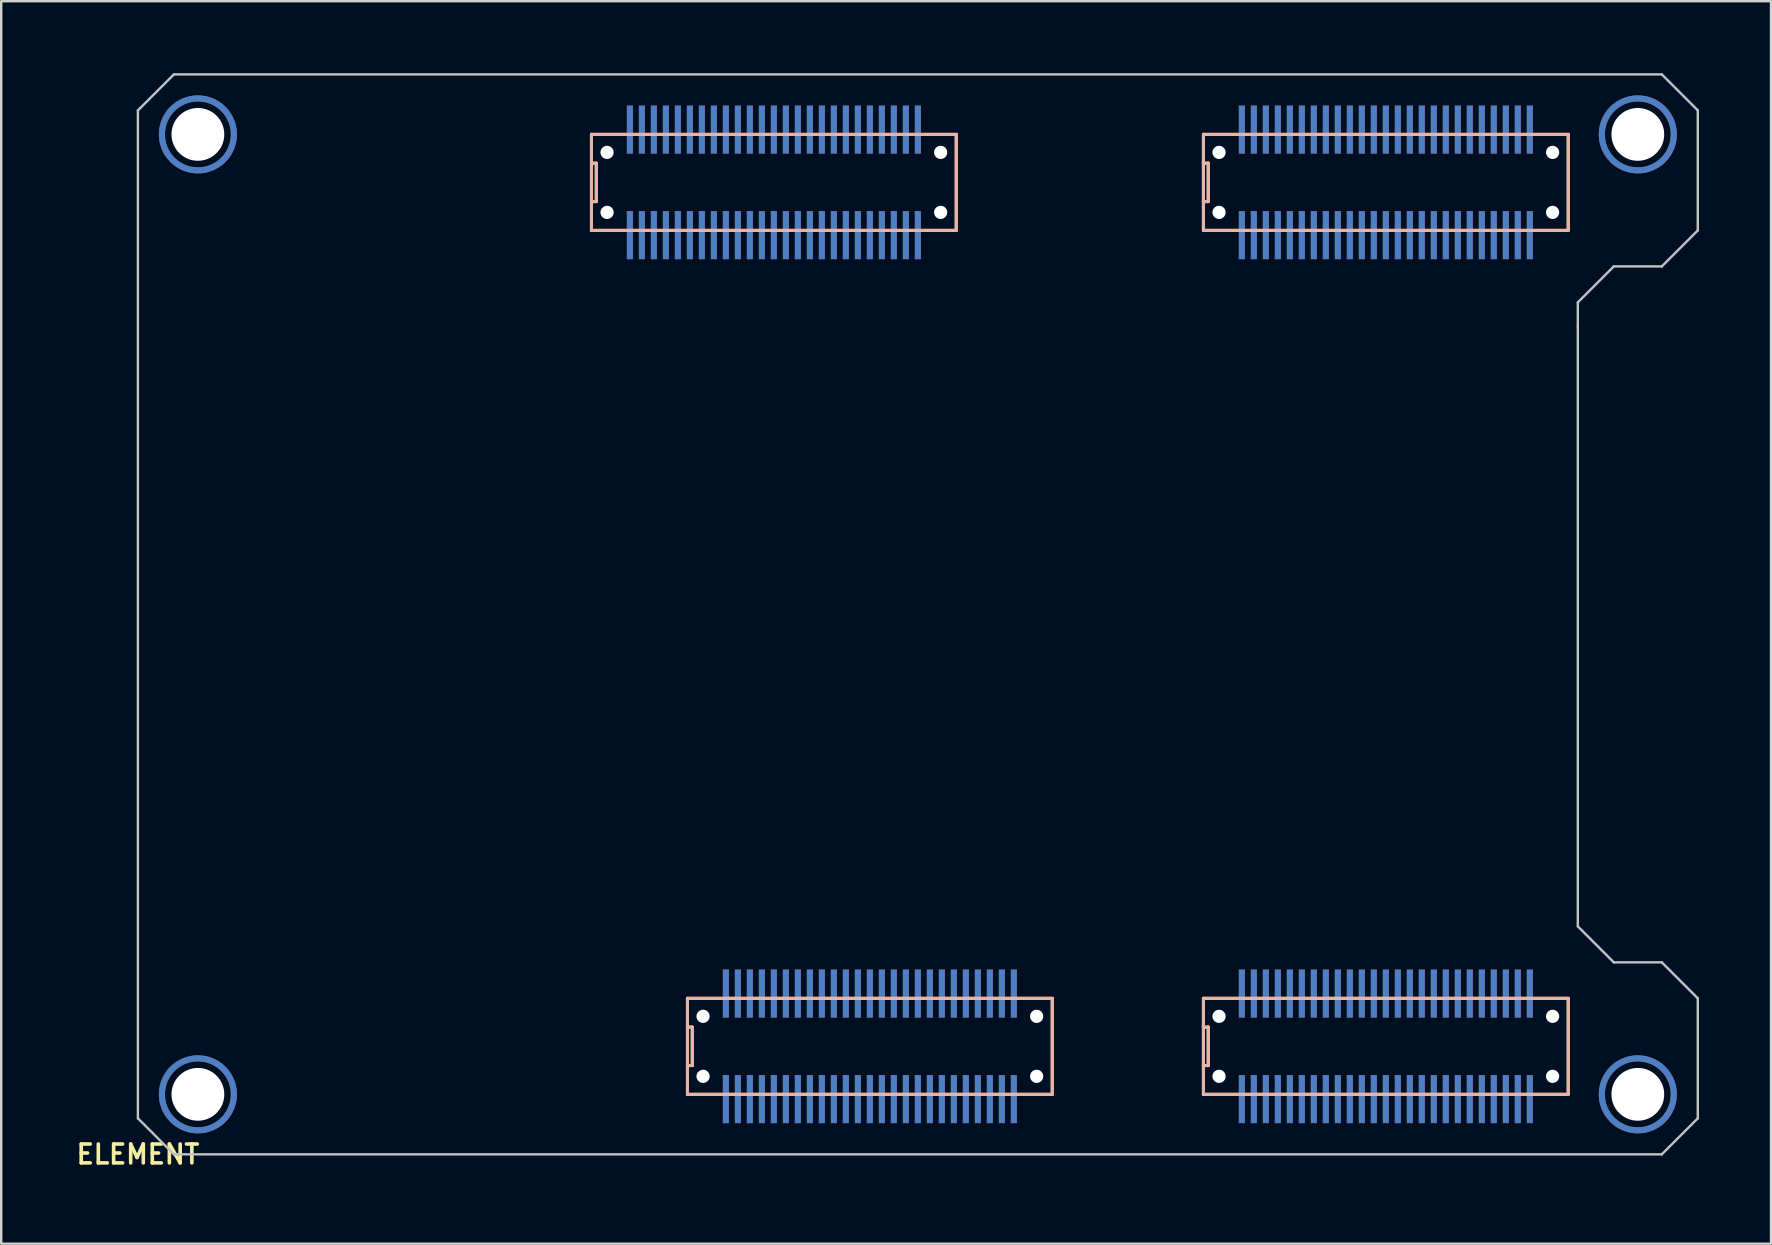
<source format=kicad_pcb>
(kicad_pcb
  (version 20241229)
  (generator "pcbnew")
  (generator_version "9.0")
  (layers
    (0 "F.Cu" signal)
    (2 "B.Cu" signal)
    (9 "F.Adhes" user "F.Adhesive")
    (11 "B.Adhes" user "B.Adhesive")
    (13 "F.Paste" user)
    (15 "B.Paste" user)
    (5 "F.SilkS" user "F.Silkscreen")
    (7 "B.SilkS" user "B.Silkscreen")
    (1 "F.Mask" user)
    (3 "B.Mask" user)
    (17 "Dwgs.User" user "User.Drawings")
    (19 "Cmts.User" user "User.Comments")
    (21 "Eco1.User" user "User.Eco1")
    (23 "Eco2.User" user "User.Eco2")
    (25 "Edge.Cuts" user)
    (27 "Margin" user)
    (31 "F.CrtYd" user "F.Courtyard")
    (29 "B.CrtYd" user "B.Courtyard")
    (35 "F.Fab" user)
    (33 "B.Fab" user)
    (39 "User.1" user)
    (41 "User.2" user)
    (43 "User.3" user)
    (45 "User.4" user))
  (footprint "ELEMENT"
    (layer "F.Cu")
    (at 2.696 45.05)
    (property "Reference" "ELEMENT" (at 0 0 0) (layer "F.SilkS") (effects (font (size 0.787 0.787) (thickness 0.15))))
    (attr smd)
    (fp_circle (center 2.5 -42.5) (end 4 -42.5) (stroke (width 0.254) (type solid)) (fill no) (layer "F.Cu"))
    (fp_circle (center 2.5 -2.5) (end 4 -2.5) (stroke (width 0.254) (type solid)) (fill no) (layer "F.Cu"))
    (fp_circle (center 62.5 -42.5) (end 64 -42.5) (stroke (width 0.254) (type solid)) (fill no) (layer "F.Cu"))
    (fp_circle (center 62.5 -2.5) (end 64 -2.5) (stroke (width 0.254) (type solid)) (fill no) (layer "F.Cu"))
    (fp_circle (center 2.5 -42.5) (end 4 -42.5) (stroke (width 0.254) (type solid)) (fill no) (layer "F.Mask"))
    (fp_circle (center 2.5 -2.5) (end 4 -2.5) (stroke (width 0.254) (type solid)) (fill no) (layer "F.Mask"))
    (fp_circle (center 62.5 -42.5) (end 64 -42.5) (stroke (width 0.254) (type solid)) (fill no) (layer "F.Mask"))
    (fp_circle (center 62.5 -2.5) (end 64 -2.5) (stroke (width 0.254) (type solid)) (fill no) (layer "F.Mask"))
    (fp_circle (center 2.5 -42.5) (end 4 -42.5) (stroke (width 0.254) (type solid)) (fill no) (layer "B.Cu"))
    (fp_circle (center 2.5 -2.5) (end 4 -2.5) (stroke (width 0.254) (type solid)) (fill no) (layer "B.Cu"))
    (fp_circle (center 62.5 -42.5) (end 64 -42.5) (stroke (width 0.254) (type solid)) (fill no) (layer "B.Cu"))
    (fp_circle (center 62.5 -2.5) (end 64 -2.5) (stroke (width 0.254) (type solid)) (fill no) (layer "B.Cu"))
    (fp_circle (center 2.5 -42.5) (end 4 -42.5) (stroke (width 0.254) (type solid)) (fill no) (layer "B.Mask"))
    (fp_circle (center 2.5 -2.5) (end 4 -2.5) (stroke (width 0.254) (type solid)) (fill no) (layer "B.Mask"))
    (fp_circle (center 62.5 -42.5) (end 64 -42.5) (stroke (width 0.254) (type solid)) (fill no) (layer "B.Mask"))
    (fp_circle (center 62.5 -2.5) (end 64 -2.5) (stroke (width 0.254) (type solid)) (fill no) (layer "B.Mask"))
    (fp_line (start 18.9 -42.5) (end 34.1 -42.5) (stroke (width 0.127) (type solid)) (layer "F.SilkS"))
    (fp_line (start 18.9 -41.3) (end 18.9 -42.5) (stroke (width 0.127) (type solid)) (layer "F.SilkS"))
    (fp_line (start 18.9 -39.7) (end 18.9 -41.3) (stroke (width 0.127) (type solid)) (layer "F.SilkS"))
    (fp_line (start 18.9 -39.7) (end 19.1 -39.7) (stroke (width 0.127) (type solid)) (layer "F.SilkS"))
    (fp_line (start 18.9 -38.5) (end 18.9 -39.7) (stroke (width 0.127) (type solid)) (layer "F.SilkS"))
    (fp_line (start 19.1 -41.3) (end 18.9 -41.3) (stroke (width 0.127) (type solid)) (layer "F.SilkS"))
    (fp_line (start 19.1 -39.7) (end 19.1 -41.3) (stroke (width 0.127) (type solid)) (layer "F.SilkS"))
    (fp_line (start 22.9 -6.5) (end 38.1 -6.5) (stroke (width 0.127) (type solid)) (layer "F.SilkS"))
    (fp_line (start 22.9 -5.3) (end 22.9 -6.5) (stroke (width 0.127) (type solid)) (layer "F.SilkS"))
    (fp_line (start 22.9 -3.7) (end 22.9 -5.3) (stroke (width 0.127) (type solid)) (layer "F.SilkS"))
    (fp_line (start 22.9 -3.7) (end 23.1 -3.7) (stroke (width 0.127) (type solid)) (layer "F.SilkS"))
    (fp_line (start 22.9 -2.5) (end 22.9 -3.7) (stroke (width 0.127) (type solid)) (layer "F.SilkS"))
    (fp_line (start 23.1 -5.3) (end 22.9 -5.3) (stroke (width 0.127) (type solid)) (layer "F.SilkS"))
    (fp_line (start 23.1 -3.7) (end 23.1 -5.3) (stroke (width 0.127) (type solid)) (layer "F.SilkS"))
    (fp_line (start 34.1 -42.5) (end 34.1 -38.5) (stroke (width 0.127) (type solid)) (layer "F.SilkS"))
    (fp_line (start 34.1 -38.5) (end 18.9 -38.5) (stroke (width 0.127) (type solid)) (layer "F.SilkS"))
    (fp_line (start 38.1 -6.5) (end 38.1 -2.5) (stroke (width 0.127) (type solid)) (layer "F.SilkS"))
    (fp_line (start 38.1 -2.5) (end 22.9 -2.5) (stroke (width 0.127) (type solid)) (layer "F.SilkS"))
    (fp_line (start 44.4 -42.5) (end 59.6 -42.5) (stroke (width 0.127) (type solid)) (layer "F.SilkS"))
    (fp_line (start 44.4 -41.3) (end 44.4 -42.5) (stroke (width 0.127) (type solid)) (layer "F.SilkS"))
    (fp_line (start 44.4 -39.7) (end 44.4 -41.3) (stroke (width 0.127) (type solid)) (layer "F.SilkS"))
    (fp_line (start 44.4 -39.7) (end 44.6 -39.7) (stroke (width 0.127) (type solid)) (layer "F.SilkS"))
    (fp_line (start 44.4 -38.5) (end 44.4 -39.7) (stroke (width 0.127) (type solid)) (layer "F.SilkS"))
    (fp_line (start 44.4 -6.5) (end 59.6 -6.5) (stroke (width 0.127) (type solid)) (layer "F.SilkS"))
    (fp_line (start 44.4 -5.3) (end 44.4 -6.5) (stroke (width 0.127) (type solid)) (layer "F.SilkS"))
    (fp_line (start 44.4 -3.7) (end 44.4 -5.3) (stroke (width 0.127) (type solid)) (layer "F.SilkS"))
    (fp_line (start 44.4 -3.7) (end 44.6 -3.7) (stroke (width 0.127) (type solid)) (layer "F.SilkS"))
    (fp_line (start 44.4 -2.5) (end 44.4 -3.7) (stroke (width 0.127) (type solid)) (layer "F.SilkS"))
    (fp_line (start 44.6 -41.3) (end 44.4 -41.3) (stroke (width 0.127) (type solid)) (layer "F.SilkS"))
    (fp_line (start 44.6 -39.7) (end 44.6 -41.3) (stroke (width 0.127) (type solid)) (layer "F.SilkS"))
    (fp_line (start 44.6 -5.3) (end 44.4 -5.3) (stroke (width 0.127) (type solid)) (layer "F.SilkS"))
    (fp_line (start 44.6 -3.7) (end 44.6 -5.3) (stroke (width 0.127) (type solid)) (layer "F.SilkS"))
    (fp_line (start 59.6 -42.5) (end 59.6 -38.5) (stroke (width 0.127) (type solid)) (layer "F.SilkS"))
    (fp_line (start 59.6 -38.5) (end 44.4 -38.5) (stroke (width 0.127) (type solid)) (layer "F.SilkS"))
    (fp_line (start 59.6 -6.5) (end 59.6 -2.5) (stroke (width 0.127) (type solid)) (layer "F.SilkS"))
    (fp_line (start 59.6 -2.5) (end 44.4 -2.5) (stroke (width 0.127) (type solid)) (layer "F.SilkS"))
    (fp_line (start 18.9 -42.5) (end 18.9 -41.3) (stroke (width 0.127) (type solid)) (layer "B.SilkS"))
    (fp_line (start 18.9 -41.3) (end 18.9 -39.7) (stroke (width 0.127) (type solid)) (layer "B.SilkS"))
    (fp_line (start 18.9 -41.3) (end 19.1 -41.3) (stroke (width 0.127) (type solid)) (layer "B.SilkS"))
    (fp_line (start 18.9 -39.7) (end 18.9 -38.5) (stroke (width 0.127) (type solid)) (layer "B.SilkS"))
    (fp_line (start 18.9 -38.5) (end 34.1 -38.5) (stroke (width 0.127) (type solid)) (layer "B.SilkS"))
    (fp_line (start 19.1 -41.3) (end 19.1 -39.7) (stroke (width 0.127) (type solid)) (layer "B.SilkS"))
    (fp_line (start 19.1 -39.7) (end 18.9 -39.7) (stroke (width 0.127) (type solid)) (layer "B.SilkS"))
    (fp_line (start 22.9 -6.5) (end 22.9 -5.3) (stroke (width 0.127) (type solid)) (layer "B.SilkS"))
    (fp_line (start 22.9 -5.3) (end 22.9 -3.7) (stroke (width 0.127) (type solid)) (layer "B.SilkS"))
    (fp_line (start 22.9 -5.3) (end 23.1 -5.3) (stroke (width 0.127) (type solid)) (layer "B.SilkS"))
    (fp_line (start 22.9 -3.7) (end 22.9 -2.5) (stroke (width 0.127) (type solid)) (layer "B.SilkS"))
    (fp_line (start 22.9 -2.5) (end 38.1 -2.5) (stroke (width 0.127) (type solid)) (layer "B.SilkS"))
    (fp_line (start 23.1 -5.3) (end 23.1 -3.7) (stroke (width 0.127) (type solid)) (layer "B.SilkS"))
    (fp_line (start 23.1 -3.7) (end 22.9 -3.7) (stroke (width 0.127) (type solid)) (layer "B.SilkS"))
    (fp_line (start 34.1 -42.5) (end 18.9 -42.5) (stroke (width 0.127) (type solid)) (layer "B.SilkS"))
    (fp_line (start 34.1 -38.5) (end 34.1 -42.5) (stroke (width 0.127) (type solid)) (layer "B.SilkS"))
    (fp_line (start 38.1 -6.5) (end 22.9 -6.5) (stroke (width 0.127) (type solid)) (layer "B.SilkS"))
    (fp_line (start 38.1 -2.5) (end 38.1 -6.5) (stroke (width 0.127) (type solid)) (layer "B.SilkS"))
    (fp_line (start 44.4 -42.5) (end 44.4 -41.3) (stroke (width 0.127) (type solid)) (layer "B.SilkS"))
    (fp_line (start 44.4 -41.3) (end 44.4 -39.7) (stroke (width 0.127) (type solid)) (layer "B.SilkS"))
    (fp_line (start 44.4 -41.3) (end 44.6 -41.3) (stroke (width 0.127) (type solid)) (layer "B.SilkS"))
    (fp_line (start 44.4 -39.7) (end 44.4 -38.5) (stroke (width 0.127) (type solid)) (layer "B.SilkS"))
    (fp_line (start 44.4 -38.5) (end 59.6 -38.5) (stroke (width 0.127) (type solid)) (layer "B.SilkS"))
    (fp_line (start 44.4 -6.5) (end 44.4 -5.3) (stroke (width 0.127) (type solid)) (layer "B.SilkS"))
    (fp_line (start 44.4 -5.3) (end 44.4 -3.7) (stroke (width 0.127) (type solid)) (layer "B.SilkS"))
    (fp_line (start 44.4 -5.3) (end 44.6 -5.3) (stroke (width 0.127) (type solid)) (layer "B.SilkS"))
    (fp_line (start 44.4 -3.7) (end 44.4 -2.5) (stroke (width 0.127) (type solid)) (layer "B.SilkS"))
    (fp_line (start 44.4 -2.5) (end 59.6 -2.5) (stroke (width 0.127) (type solid)) (layer "B.SilkS"))
    (fp_line (start 44.6 -41.3) (end 44.6 -39.7) (stroke (width 0.127) (type solid)) (layer "B.SilkS"))
    (fp_line (start 44.6 -39.7) (end 44.4 -39.7) (stroke (width 0.127) (type solid)) (layer "B.SilkS"))
    (fp_line (start 44.6 -5.3) (end 44.6 -3.7) (stroke (width 0.127) (type solid)) (layer "B.SilkS"))
    (fp_line (start 44.6 -3.7) (end 44.4 -3.7) (stroke (width 0.127) (type solid)) (layer "B.SilkS"))
    (fp_line (start 59.6 -42.5) (end 44.4 -42.5) (stroke (width 0.127) (type solid)) (layer "B.SilkS"))
    (fp_line (start 59.6 -38.5) (end 59.6 -42.5) (stroke (width 0.127) (type solid)) (layer "B.SilkS"))
    (fp_line (start 59.6 -6.5) (end 44.4 -6.5) (stroke (width 0.127) (type solid)) (layer "B.SilkS"))
    (fp_line (start 59.6 -2.5) (end 59.6 -6.5) (stroke (width 0.127) (type solid)) (layer "B.SilkS"))
    (fp_line (start 0 -43.5) (end 0 -1.5) (stroke (width 0.1) (type solid)) (layer "Dwgs.User"))
    (fp_line (start 0 -1.5) (end 1.5 0) (stroke (width 0.1) (type solid)) (layer "Dwgs.User"))
    (fp_line (start 1.5 -45) (end 0 -43.5) (stroke (width 0.1) (type solid)) (layer "Dwgs.User"))
    (fp_line (start 1.5 0) (end 63.5 0) (stroke (width 0.1) (type solid)) (layer "Dwgs.User"))
    (fp_line (start 60 -35.5) (end 61.5 -37) (stroke (width 0.1) (type solid)) (layer "Dwgs.User"))
    (fp_line (start 60 -34.5) (end 60 -35.5) (stroke (width 0.1) (type solid)) (layer "Dwgs.User"))
    (fp_line (start 60 -9.5) (end 60 -34.5) (stroke (width 0.1) (type solid)) (layer "Dwgs.User"))
    (fp_line (start 61.5 -37) (end 63.5 -37) (stroke (width 0.1) (type solid)) (layer "Dwgs.User"))
    (fp_line (start 61.5 -8) (end 60 -9.5) (stroke (width 0.1) (type solid)) (layer "Dwgs.User"))
    (fp_line (start 63.5 -45) (end 1.5 -45) (stroke (width 0.1) (type solid)) (layer "Dwgs.User"))
    (fp_line (start 63.5 -37) (end 65 -38.5) (stroke (width 0.1) (type solid)) (layer "Dwgs.User"))
    (fp_line (start 63.5 -8) (end 61.5 -8) (stroke (width 0.1) (type solid)) (layer "Dwgs.User"))
    (fp_line (start 63.5 0) (end 65 -1.5) (stroke (width 0.1) (type solid)) (layer "Dwgs.User"))
    (fp_line (start 65 -43.5) (end 63.5 -45) (stroke (width 0.1) (type solid)) (layer "Dwgs.User"))
    (fp_line (start 65 -38.5) (end 65 -43.5) (stroke (width 0.1) (type solid)) (layer "Dwgs.User"))
    (fp_line (start 65 -6.5) (end 63.5 -8) (stroke (width 0.1) (type solid)) (layer "Dwgs.User"))
    (fp_line (start 65 -1.5) (end 65 -6.5) (stroke (width 0.1) (type solid)) (layer "Dwgs.User"))
    (pad "" np_thru_hole circle (at 2.5 -42.5) (size 2.2 2.2) (drill 2.2) (layers "*.Cu" "*.Mask"))
    (pad "" np_thru_hole circle (at 2.5 -2.5) (size 2.2 2.2) (drill 2.2) (layers "*.Cu" "*.Mask"))
    (pad "" np_thru_hole circle (at 19.55 -41.75) (size 0.55 0.55) (drill 0.55) (layers "*.Cu" "*.Mask"))
    (pad "" np_thru_hole circle (at 19.55 -39.25) (size 0.55 0.55) (drill 0.55) (layers "*.Cu" "*.Mask"))
    (pad "" np_thru_hole circle (at 23.55 -5.75) (size 0.55 0.55) (drill 0.55) (layers "*.Cu" "*.Mask"))
    (pad "" np_thru_hole circle (at 23.55 -3.25) (size 0.55 0.55) (drill 0.55) (layers "*.Cu" "*.Mask"))
    (pad "" np_thru_hole circle (at 33.45 -41.75) (size 0.55 0.55) (drill 0.55) (layers "*.Cu" "*.Mask"))
    (pad "" np_thru_hole circle (at 33.45 -39.25) (size 0.55 0.55) (drill 0.55) (layers "*.Cu" "*.Mask"))
    (pad "" np_thru_hole circle (at 37.45 -5.75) (size 0.55 0.55) (drill 0.55) (layers "*.Cu" "*.Mask"))
    (pad "" np_thru_hole circle (at 37.45 -3.25) (size 0.55 0.55) (drill 0.55) (layers "*.Cu" "*.Mask"))
    (pad "" np_thru_hole circle (at 45.05 -41.75) (size 0.55 0.55) (drill 0.55) (layers "*.Cu" "*.Mask"))
    (pad "" np_thru_hole circle (at 45.05 -39.25) (size 0.55 0.55) (drill 0.55) (layers "*.Cu" "*.Mask"))
    (pad "" np_thru_hole circle (at 45.05 -5.75) (size 0.55 0.55) (drill 0.55) (layers "*.Cu" "*.Mask"))
    (pad "" np_thru_hole circle (at 45.05 -3.25) (size 0.55 0.55) (drill 0.55) (layers "*.Cu" "*.Mask"))
    (pad "" np_thru_hole circle (at 58.95 -41.75) (size 0.55 0.55) (drill 0.55) (layers "*.Cu" "*.Mask"))
    (pad "" np_thru_hole circle (at 58.95 -39.25) (size 0.55 0.55) (drill 0.55) (layers "*.Cu" "*.Mask"))
    (pad "" np_thru_hole circle (at 58.95 -5.75) (size 0.55 0.55) (drill 0.55) (layers "*.Cu" "*.Mask"))
    (pad "" np_thru_hole circle (at 58.95 -3.25) (size 0.55 0.55) (drill 0.55) (layers "*.Cu" "*.Mask"))
    (pad "" np_thru_hole circle (at 62.5 -42.5) (size 2.2 2.2) (drill 2.2) (layers "*.Cu" "*.Mask"))
    (pad "" np_thru_hole circle (at 62.5 -2.5) (size 2.2 2.2) (drill 2.2) (layers "*.Cu" "*.Mask"))
    (pad "A_1" smd rect (at 20.5 -38.3 90) (size 2 0.25) (layers "F.Cu" "F.Mask" "F.Paste"))
    (pad "A_1" smd rect (at 20.5 -38.3 90) (size 2 0.25) (layers "B.Cu" "B.Mask" "B.Paste"))
    (pad "A_2" smd rect (at 21 -38.3 90) (size 2 0.25) (layers "F.Cu" "F.Mask" "F.Paste"))
    (pad "A_2" smd rect (at 21 -38.3 90) (size 2 0.25) (layers "B.Cu" "B.Mask" "B.Paste"))
    (pad "A_3" smd rect (at 21.5 -38.3 90) (size 2 0.25) (layers "F.Cu" "F.Mask" "F.Paste"))
    (pad "A_3" smd rect (at 21.5 -38.3 90) (size 2 0.25) (layers "B.Cu" "B.Mask" "B.Paste"))
    (pad "A_4" smd rect (at 22 -38.3 90) (size 2 0.25) (layers "F.Cu" "F.Mask" "F.Paste"))
    (pad "A_4" smd rect (at 22 -38.3 90) (size 2 0.25) (layers "B.Cu" "B.Mask" "B.Paste"))
    (pad "A_5" smd rect (at 22.5 -38.3 90) (size 2 0.25) (layers "F.Cu" "F.Mask" "F.Paste"))
    (pad "A_5" smd rect (at 22.5 -38.3 90) (size 2 0.25) (layers "B.Cu" "B.Mask" "B.Paste"))
    (pad "A_6" smd rect (at 23 -38.3 90) (size 2 0.25) (layers "F.Cu" "F.Mask" "F.Paste"))
    (pad "A_6" smd rect (at 23 -38.3 90) (size 2 0.25) (layers "B.Cu" "B.Mask" "B.Paste"))
    (pad "A_7" smd rect (at 23.5 -38.3 90) (size 2 0.25) (layers "F.Cu" "F.Mask" "F.Paste"))
    (pad "A_7" smd rect (at 23.5 -38.3 90) (size 2 0.25) (layers "B.Cu" "B.Mask" "B.Paste"))
    (pad "A_8" smd rect (at 24 -38.3 90) (size 2 0.25) (layers "F.Cu" "F.Mask" "F.Paste"))
    (pad "A_8" smd rect (at 24 -38.3 90) (size 2 0.25) (layers "B.Cu" "B.Mask" "B.Paste"))
    (pad "A_9" smd rect (at 24.5 -38.3 90) (size 2 0.25) (layers "F.Cu" "F.Mask" "F.Paste"))
    (pad "A_9" smd rect (at 24.5 -38.3 90) (size 2 0.25) (layers "B.Cu" "B.Mask" "B.Paste"))
    (pad "A_10" smd rect (at 25 -38.3 90) (size 2 0.25) (layers "F.Cu" "F.Mask" "F.Paste"))
    (pad "A_10" smd rect (at 25 -38.3 90) (size 2 0.25) (layers "B.Cu" "B.Mask" "B.Paste"))
    (pad "A_11" smd rect (at 25.5 -38.3 90) (size 2 0.25) (layers "F.Cu" "F.Mask" "F.Paste"))
    (pad "A_11" smd rect (at 25.5 -38.3 90) (size 2 0.25) (layers "B.Cu" "B.Mask" "B.Paste"))
    (pad "A_12" smd rect (at 26 -38.3 90) (size 2 0.25) (layers "F.Cu" "F.Mask" "F.Paste"))
    (pad "A_12" smd rect (at 26 -38.3 90) (size 2 0.25) (layers "B.Cu" "B.Mask" "B.Paste"))
    (pad "A_13" smd rect (at 26.5 -38.3 90) (size 2 0.25) (layers "F.Cu" "F.Mask" "F.Paste"))
    (pad "A_13" smd rect (at 26.5 -38.3 90) (size 2 0.25) (layers "B.Cu" "B.Mask" "B.Paste"))
    (pad "A_14" smd rect (at 27 -38.3 90) (size 2 0.25) (layers "F.Cu" "F.Mask" "F.Paste"))
    (pad "A_14" smd rect (at 27 -38.3 90) (size 2 0.25) (layers "B.Cu" "B.Mask" "B.Paste"))
    (pad "A_15" smd rect (at 27.5 -38.3 90) (size 2 0.25) (layers "F.Cu" "F.Mask" "F.Paste"))
    (pad "A_15" smd rect (at 27.5 -38.3 90) (size 2 0.25) (layers "B.Cu" "B.Mask" "B.Paste"))
    (pad "A_16" smd rect (at 28 -38.3 90) (size 2 0.25) (layers "F.Cu" "F.Mask" "F.Paste"))
    (pad "A_16" smd rect (at 28 -38.3 90) (size 2 0.25) (layers "B.Cu" "B.Mask" "B.Paste"))
    (pad "A_17" smd rect (at 28.5 -38.3 90) (size 2 0.25) (layers "F.Cu" "F.Mask" "F.Paste"))
    (pad "A_17" smd rect (at 28.5 -38.3 90) (size 2 0.25) (layers "B.Cu" "B.Mask" "B.Paste"))
    (pad "A_18" smd rect (at 29 -38.3 90) (size 2 0.25) (layers "F.Cu" "F.Mask" "F.Paste"))
    (pad "A_18" smd rect (at 29 -38.3 90) (size 2 0.25) (layers "B.Cu" "B.Mask" "B.Paste"))
    (pad "A_19" smd rect (at 29.5 -38.3 90) (size 2 0.25) (layers "F.Cu" "F.Mask" "F.Paste"))
    (pad "A_19" smd rect (at 29.5 -38.3 90) (size 2 0.25) (layers "B.Cu" "B.Mask" "B.Paste"))
    (pad "A_20" smd rect (at 30 -38.3 90) (size 2 0.25) (layers "F.Cu" "F.Mask" "F.Paste"))
    (pad "A_20" smd rect (at 30 -38.3 90) (size 2 0.25) (layers "B.Cu" "B.Mask" "B.Paste"))
    (pad "A_21" smd rect (at 30.5 -38.3 90) (size 2 0.25) (layers "F.Cu" "F.Mask" "F.Paste"))
    (pad "A_21" smd rect (at 30.5 -38.3 90) (size 2 0.25) (layers "B.Cu" "B.Mask" "B.Paste"))
    (pad "A_22" smd rect (at 31 -38.3 90) (size 2 0.25) (layers "F.Cu" "F.Mask" "F.Paste"))
    (pad "A_22" smd rect (at 31 -38.3 90) (size 2 0.25) (layers "B.Cu" "B.Mask" "B.Paste"))
    (pad "A_23" smd rect (at 31.5 -38.3 90) (size 2 0.25) (layers "F.Cu" "F.Mask" "F.Paste"))
    (pad "A_23" smd rect (at 31.5 -38.3 90) (size 2 0.25) (layers "B.Cu" "B.Mask" "B.Paste"))
    (pad "A_24" smd rect (at 32 -38.3 90) (size 2 0.25) (layers "F.Cu" "F.Mask" "F.Paste"))
    (pad "A_24" smd rect (at 32 -38.3 90) (size 2 0.25) (layers "B.Cu" "B.Mask" "B.Paste"))
    (pad "A_25" smd rect (at 32.5 -38.3 90) (size 2 0.25) (layers "F.Cu" "F.Mask" "F.Paste"))
    (pad "A_25" smd rect (at 32.5 -38.3 90) (size 2 0.25) (layers "B.Cu" "B.Mask" "B.Paste"))
    (pad "A_26" smd rect (at 32.5 -42.7 90) (size 2 0.25) (layers "F.Cu" "F.Mask" "F.Paste"))
    (pad "A_26" smd rect (at 32.5 -42.7 90) (size 2 0.25) (layers "B.Cu" "B.Mask" "B.Paste"))
    (pad "A_27" smd rect (at 32 -42.7 90) (size 2 0.25) (layers "F.Cu" "F.Mask" "F.Paste"))
    (pad "A_27" smd rect (at 32 -42.7 90) (size 2 0.25) (layers "B.Cu" "B.Mask" "B.Paste"))
    (pad "A_28" smd rect (at 31.5 -42.7 90) (size 2 0.25) (layers "F.Cu" "F.Mask" "F.Paste"))
    (pad "A_28" smd rect (at 31.5 -42.7 90) (size 2 0.25) (layers "B.Cu" "B.Mask" "B.Paste"))
    (pad "A_29" smd rect (at 31 -42.7 90) (size 2 0.25) (layers "F.Cu" "F.Mask" "F.Paste"))
    (pad "A_29" smd rect (at 31 -42.7 90) (size 2 0.25) (layers "B.Cu" "B.Mask" "B.Paste"))
    (pad "A_30" smd rect (at 30.5 -42.7 90) (size 2 0.25) (layers "F.Cu" "F.Mask" "F.Paste"))
    (pad "A_30" smd rect (at 30.5 -42.7 90) (size 2 0.25) (layers "B.Cu" "B.Mask" "B.Paste"))
    (pad "A_31" smd rect (at 30 -42.7 90) (size 2 0.25) (layers "F.Cu" "F.Mask" "F.Paste"))
    (pad "A_31" smd rect (at 30 -42.7 90) (size 2 0.25) (layers "B.Cu" "B.Mask" "B.Paste"))
    (pad "A_32" smd rect (at 29.5 -42.7 90) (size 2 0.25) (layers "F.Cu" "F.Mask" "F.Paste"))
    (pad "A_32" smd rect (at 29.5 -42.7 90) (size 2 0.25) (layers "B.Cu" "B.Mask" "B.Paste"))
    (pad "A_33" smd rect (at 29 -42.7 90) (size 2 0.25) (layers "F.Cu" "F.Mask" "F.Paste"))
    (pad "A_33" smd rect (at 29 -42.7 90) (size 2 0.25) (layers "B.Cu" "B.Mask" "B.Paste"))
    (pad "A_34" smd rect (at 28.5 -42.7 90) (size 2 0.25) (layers "F.Cu" "F.Mask" "F.Paste"))
    (pad "A_34" smd rect (at 28.5 -42.7 90) (size 2 0.25) (layers "B.Cu" "B.Mask" "B.Paste"))
    (pad "A_35" smd rect (at 28 -42.7 90) (size 2 0.25) (layers "F.Cu" "F.Mask" "F.Paste"))
    (pad "A_35" smd rect (at 28 -42.7 90) (size 2 0.25) (layers "B.Cu" "B.Mask" "B.Paste"))
    (pad "A_36" smd rect (at 27.5 -42.7 90) (size 2 0.25) (layers "F.Cu" "F.Mask" "F.Paste"))
    (pad "A_36" smd rect (at 27.5 -42.7 90) (size 2 0.25) (layers "B.Cu" "B.Mask" "B.Paste"))
    (pad "A_37" smd rect (at 27 -42.7 90) (size 2 0.25) (layers "F.Cu" "F.Mask" "F.Paste"))
    (pad "A_37" smd rect (at 27 -42.7 90) (size 2 0.25) (layers "B.Cu" "B.Mask" "B.Paste"))
    (pad "A_38" smd rect (at 26.5 -42.7 90) (size 2 0.25) (layers "F.Cu" "F.Mask" "F.Paste"))
    (pad "A_38" smd rect (at 26.5 -42.7 90) (size 2 0.25) (layers "B.Cu" "B.Mask" "B.Paste"))
    (pad "A_39" smd rect (at 26 -42.7 90) (size 2 0.25) (layers "F.Cu" "F.Mask" "F.Paste"))
    (pad "A_39" smd rect (at 26 -42.7 90) (size 2 0.25) (layers "B.Cu" "B.Mask" "B.Paste"))
    (pad "A_40" smd rect (at 25.5 -42.7 90) (size 2 0.25) (layers "F.Cu" "F.Mask" "F.Paste"))
    (pad "A_40" smd rect (at 25.5 -42.7 90) (size 2 0.25) (layers "B.Cu" "B.Mask" "B.Paste"))
    (pad "A_41" smd rect (at 25 -42.7 90) (size 2 0.25) (layers "F.Cu" "F.Mask" "F.Paste"))
    (pad "A_41" smd rect (at 25 -42.7 90) (size 2 0.25) (layers "B.Cu" "B.Mask" "B.Paste"))
    (pad "A_42" smd rect (at 24.5 -42.7 90) (size 2 0.25) (layers "F.Cu" "F.Mask" "F.Paste"))
    (pad "A_42" smd rect (at 24.5 -42.7 90) (size 2 0.25) (layers "B.Cu" "B.Mask" "B.Paste"))
    (pad "A_43" smd rect (at 24 -42.7 90) (size 2 0.25) (layers "F.Cu" "F.Mask" "F.Paste"))
    (pad "A_43" smd rect (at 24 -42.7 90) (size 2 0.25) (layers "B.Cu" "B.Mask" "B.Paste"))
    (pad "A_44" smd rect (at 23.5 -42.7 90) (size 2 0.25) (layers "F.Cu" "F.Mask" "F.Paste"))
    (pad "A_44" smd rect (at 23.5 -42.7 90) (size 2 0.25) (layers "B.Cu" "B.Mask" "B.Paste"))
    (pad "A_45" smd rect (at 23 -42.7 90) (size 2 0.25) (layers "F.Cu" "F.Mask" "F.Paste"))
    (pad "A_45" smd rect (at 23 -42.7 90) (size 2 0.25) (layers "B.Cu" "B.Mask" "B.Paste"))
    (pad "A_46" smd rect (at 22.5 -42.7 90) (size 2 0.25) (layers "F.Cu" "F.Mask" "F.Paste"))
    (pad "A_46" smd rect (at 22.5 -42.7 90) (size 2 0.25) (layers "B.Cu" "B.Mask" "B.Paste"))
    (pad "A_47" smd rect (at 22 -42.7 90) (size 2 0.25) (layers "F.Cu" "F.Mask" "F.Paste"))
    (pad "A_47" smd rect (at 22 -42.7 90) (size 2 0.25) (layers "B.Cu" "B.Mask" "B.Paste"))
    (pad "A_48" smd rect (at 21.5 -42.7 90) (size 2 0.25) (layers "F.Cu" "F.Mask" "F.Paste"))
    (pad "A_48" smd rect (at 21.5 -42.7 90) (size 2 0.25) (layers "B.Cu" "B.Mask" "B.Paste"))
    (pad "A_49" smd rect (at 21 -42.7 90) (size 2 0.25) (layers "F.Cu" "F.Mask" "F.Paste"))
    (pad "A_49" smd rect (at 21 -42.7 90) (size 2 0.25) (layers "B.Cu" "B.Mask" "B.Paste"))
    (pad "A_50" smd rect (at 20.5 -42.7 90) (size 2 0.25) (layers "F.Cu" "F.Mask" "F.Paste"))
    (pad "A_50" smd rect (at 20.5 -42.7 90) (size 2 0.25) (layers "B.Cu" "B.Mask" "B.Paste"))
    (pad "B_1" smd rect (at 46 -38.3 90) (size 2 0.25) (layers "F.Cu" "F.Mask" "F.Paste"))
    (pad "B_1" smd rect (at 46 -38.3 90) (size 2 0.25) (layers "B.Cu" "B.Mask" "B.Paste"))
    (pad "B_2" smd rect (at 46.5 -38.3 90) (size 2 0.25) (layers "F.Cu" "F.Mask" "F.Paste"))
    (pad "B_2" smd rect (at 46.5 -38.3 90) (size 2 0.25) (layers "B.Cu" "B.Mask" "B.Paste"))
    (pad "B_3" smd rect (at 47 -38.3 90) (size 2 0.25) (layers "F.Cu" "F.Mask" "F.Paste"))
    (pad "B_3" smd rect (at 47 -38.3 90) (size 2 0.25) (layers "B.Cu" "B.Mask" "B.Paste"))
    (pad "B_4" smd rect (at 47.5 -38.3 90) (size 2 0.25) (layers "F.Cu" "F.Mask" "F.Paste"))
    (pad "B_4" smd rect (at 47.5 -38.3 90) (size 2 0.25) (layers "B.Cu" "B.Mask" "B.Paste"))
    (pad "B_5" smd rect (at 48 -38.3 90) (size 2 0.25) (layers "F.Cu" "F.Mask" "F.Paste"))
    (pad "B_5" smd rect (at 48 -38.3 90) (size 2 0.25) (layers "B.Cu" "B.Mask" "B.Paste"))
    (pad "B_6" smd rect (at 48.5 -38.3 90) (size 2 0.25) (layers "F.Cu" "F.Mask" "F.Paste"))
    (pad "B_6" smd rect (at 48.5 -38.3 90) (size 2 0.25) (layers "B.Cu" "B.Mask" "B.Paste"))
    (pad "B_7" smd rect (at 49 -38.3 90) (size 2 0.25) (layers "F.Cu" "F.Mask" "F.Paste"))
    (pad "B_7" smd rect (at 49 -38.3 90) (size 2 0.25) (layers "B.Cu" "B.Mask" "B.Paste"))
    (pad "B_8" smd rect (at 49.5 -38.3 90) (size 2 0.25) (layers "F.Cu" "F.Mask" "F.Paste"))
    (pad "B_8" smd rect (at 49.5 -38.3 90) (size 2 0.25) (layers "B.Cu" "B.Mask" "B.Paste"))
    (pad "B_9" smd rect (at 50 -38.3 90) (size 2 0.25) (layers "F.Cu" "F.Mask" "F.Paste"))
    (pad "B_9" smd rect (at 50 -38.3 90) (size 2 0.25) (layers "B.Cu" "B.Mask" "B.Paste"))
    (pad "B_10" smd rect (at 50.5 -38.3 90) (size 2 0.25) (layers "F.Cu" "F.Mask" "F.Paste"))
    (pad "B_10" smd rect (at 50.5 -38.3 90) (size 2 0.25) (layers "B.Cu" "B.Mask" "B.Paste"))
    (pad "B_11" smd rect (at 51 -38.3 90) (size 2 0.25) (layers "F.Cu" "F.Mask" "F.Paste"))
    (pad "B_11" smd rect (at 51 -38.3 90) (size 2 0.25) (layers "B.Cu" "B.Mask" "B.Paste"))
    (pad "B_12" smd rect (at 51.5 -38.3 90) (size 2 0.25) (layers "F.Cu" "F.Mask" "F.Paste"))
    (pad "B_12" smd rect (at 51.5 -38.3 90) (size 2 0.25) (layers "B.Cu" "B.Mask" "B.Paste"))
    (pad "B_13" smd rect (at 52 -38.3 90) (size 2 0.25) (layers "F.Cu" "F.Mask" "F.Paste"))
    (pad "B_13" smd rect (at 52 -38.3 90) (size 2 0.25) (layers "B.Cu" "B.Mask" "B.Paste"))
    (pad "B_14" smd rect (at 52.5 -38.3 90) (size 2 0.25) (layers "F.Cu" "F.Mask" "F.Paste"))
    (pad "B_14" smd rect (at 52.5 -38.3 90) (size 2 0.25) (layers "B.Cu" "B.Mask" "B.Paste"))
    (pad "B_15" smd rect (at 53 -38.3 90) (size 2 0.25) (layers "F.Cu" "F.Mask" "F.Paste"))
    (pad "B_15" smd rect (at 53 -38.3 90) (size 2 0.25) (layers "B.Cu" "B.Mask" "B.Paste"))
    (pad "B_16" smd rect (at 53.5 -38.3 90) (size 2 0.25) (layers "F.Cu" "F.Mask" "F.Paste"))
    (pad "B_16" smd rect (at 53.5 -38.3 90) (size 2 0.25) (layers "B.Cu" "B.Mask" "B.Paste"))
    (pad "B_17" smd rect (at 54 -38.3 90) (size 2 0.25) (layers "F.Cu" "F.Mask" "F.Paste"))
    (pad "B_17" smd rect (at 54 -38.3 90) (size 2 0.25) (layers "B.Cu" "B.Mask" "B.Paste"))
    (pad "B_18" smd rect (at 54.5 -38.3 90) (size 2 0.25) (layers "F.Cu" "F.Mask" "F.Paste"))
    (pad "B_18" smd rect (at 54.5 -38.3 90) (size 2 0.25) (layers "B.Cu" "B.Mask" "B.Paste"))
    (pad "B_19" smd rect (at 55 -38.3 90) (size 2 0.25) (layers "F.Cu" "F.Mask" "F.Paste"))
    (pad "B_19" smd rect (at 55 -38.3 90) (size 2 0.25) (layers "B.Cu" "B.Mask" "B.Paste"))
    (pad "B_20" smd rect (at 55.5 -38.3 90) (size 2 0.25) (layers "F.Cu" "F.Mask" "F.Paste"))
    (pad "B_20" smd rect (at 55.5 -38.3 90) (size 2 0.25) (layers "B.Cu" "B.Mask" "B.Paste"))
    (pad "B_21" smd rect (at 56 -38.3 90) (size 2 0.25) (layers "F.Cu" "F.Mask" "F.Paste"))
    (pad "B_21" smd rect (at 56 -38.3 90) (size 2 0.25) (layers "B.Cu" "B.Mask" "B.Paste"))
    (pad "B_22" smd rect (at 56.5 -38.3 90) (size 2 0.25) (layers "F.Cu" "F.Mask" "F.Paste"))
    (pad "B_22" smd rect (at 56.5 -38.3 90) (size 2 0.25) (layers "B.Cu" "B.Mask" "B.Paste"))
    (pad "B_23" smd rect (at 57 -38.3 90) (size 2 0.25) (layers "F.Cu" "F.Mask" "F.Paste"))
    (pad "B_23" smd rect (at 57 -38.3 90) (size 2 0.25) (layers "B.Cu" "B.Mask" "B.Paste"))
    (pad "B_24" smd rect (at 57.5 -38.3 90) (size 2 0.25) (layers "F.Cu" "F.Mask" "F.Paste"))
    (pad "B_24" smd rect (at 57.5 -38.3 90) (size 2 0.25) (layers "B.Cu" "B.Mask" "B.Paste"))
    (pad "B_25" smd rect (at 58 -38.3 90) (size 2 0.25) (layers "F.Cu" "F.Mask" "F.Paste"))
    (pad "B_25" smd rect (at 58 -38.3 90) (size 2 0.25) (layers "B.Cu" "B.Mask" "B.Paste"))
    (pad "B_26" smd rect (at 58 -42.7 90) (size 2 0.25) (layers "F.Cu" "F.Mask" "F.Paste"))
    (pad "B_26" smd rect (at 58 -42.7 90) (size 2 0.25) (layers "B.Cu" "B.Mask" "B.Paste"))
    (pad "B_27" smd rect (at 57.5 -42.7 90) (size 2 0.25) (layers "F.Cu" "F.Mask" "F.Paste"))
    (pad "B_27" smd rect (at 57.5 -42.7 90) (size 2 0.25) (layers "B.Cu" "B.Mask" "B.Paste"))
    (pad "B_28" smd rect (at 57 -42.7 90) (size 2 0.25) (layers "F.Cu" "F.Mask" "F.Paste"))
    (pad "B_28" smd rect (at 57 -42.7 90) (size 2 0.25) (layers "B.Cu" "B.Mask" "B.Paste"))
    (pad "B_29" smd rect (at 56.5 -42.7 90) (size 2 0.25) (layers "F.Cu" "F.Mask" "F.Paste"))
    (pad "B_29" smd rect (at 56.5 -42.7 90) (size 2 0.25) (layers "B.Cu" "B.Mask" "B.Paste"))
    (pad "B_30" smd rect (at 56 -42.7 90) (size 2 0.25) (layers "F.Cu" "F.Mask" "F.Paste"))
    (pad "B_30" smd rect (at 56 -42.7 90) (size 2 0.25) (layers "B.Cu" "B.Mask" "B.Paste"))
    (pad "B_31" smd rect (at 55.5 -42.7 90) (size 2 0.25) (layers "F.Cu" "F.Mask" "F.Paste"))
    (pad "B_31" smd rect (at 55.5 -42.7 90) (size 2 0.25) (layers "B.Cu" "B.Mask" "B.Paste"))
    (pad "B_32" smd rect (at 55 -42.7 90) (size 2 0.25) (layers "F.Cu" "F.Mask" "F.Paste"))
    (pad "B_32" smd rect (at 55 -42.7 90) (size 2 0.25) (layers "B.Cu" "B.Mask" "B.Paste"))
    (pad "B_33" smd rect (at 54.5 -42.7 90) (size 2 0.25) (layers "F.Cu" "F.Mask" "F.Paste"))
    (pad "B_33" smd rect (at 54.5 -42.7 90) (size 2 0.25) (layers "B.Cu" "B.Mask" "B.Paste"))
    (pad "B_34" smd rect (at 54 -42.7 90) (size 2 0.25) (layers "F.Cu" "F.Mask" "F.Paste"))
    (pad "B_34" smd rect (at 54 -42.7 90) (size 2 0.25) (layers "B.Cu" "B.Mask" "B.Paste"))
    (pad "B_35" smd rect (at 53.5 -42.7 90) (size 2 0.25) (layers "F.Cu" "F.Mask" "F.Paste"))
    (pad "B_35" smd rect (at 53.5 -42.7 90) (size 2 0.25) (layers "B.Cu" "B.Mask" "B.Paste"))
    (pad "B_36" smd rect (at 53 -42.7 90) (size 2 0.25) (layers "F.Cu" "F.Mask" "F.Paste"))
    (pad "B_36" smd rect (at 53 -42.7 90) (size 2 0.25) (layers "B.Cu" "B.Mask" "B.Paste"))
    (pad "B_37" smd rect (at 52.5 -42.7 90) (size 2 0.25) (layers "F.Cu" "F.Mask" "F.Paste"))
    (pad "B_37" smd rect (at 52.5 -42.7 90) (size 2 0.25) (layers "B.Cu" "B.Mask" "B.Paste"))
    (pad "B_38" smd rect (at 52 -42.7 90) (size 2 0.25) (layers "F.Cu" "F.Mask" "F.Paste"))
    (pad "B_38" smd rect (at 52 -42.7 90) (size 2 0.25) (layers "B.Cu" "B.Mask" "B.Paste"))
    (pad "B_39" smd rect (at 51.5 -42.7 90) (size 2 0.25) (layers "F.Cu" "F.Mask" "F.Paste"))
    (pad "B_39" smd rect (at 51.5 -42.7 90) (size 2 0.25) (layers "B.Cu" "B.Mask" "B.Paste"))
    (pad "B_40" smd rect (at 51 -42.7 90) (size 2 0.25) (layers "F.Cu" "F.Mask" "F.Paste"))
    (pad "B_40" smd rect (at 51 -42.7 90) (size 2 0.25) (layers "B.Cu" "B.Mask" "B.Paste"))
    (pad "B_41" smd rect (at 50.5 -42.7 90) (size 2 0.25) (layers "F.Cu" "F.Mask" "F.Paste"))
    (pad "B_41" smd rect (at 50.5 -42.7 90) (size 2 0.25) (layers "B.Cu" "B.Mask" "B.Paste"))
    (pad "B_42" smd rect (at 50 -42.7 90) (size 2 0.25) (layers "F.Cu" "F.Mask" "F.Paste"))
    (pad "B_42" smd rect (at 50 -42.7 90) (size 2 0.25) (layers "B.Cu" "B.Mask" "B.Paste"))
    (pad "B_43" smd rect (at 49.5 -42.7 90) (size 2 0.25) (layers "F.Cu" "F.Mask" "F.Paste"))
    (pad "B_43" smd rect (at 49.5 -42.7 90) (size 2 0.25) (layers "B.Cu" "B.Mask" "B.Paste"))
    (pad "B_44" smd rect (at 49 -42.7 90) (size 2 0.25) (layers "F.Cu" "F.Mask" "F.Paste"))
    (pad "B_44" smd rect (at 49 -42.7 90) (size 2 0.25) (layers "B.Cu" "B.Mask" "B.Paste"))
    (pad "B_45" smd rect (at 48.5 -42.7 90) (size 2 0.25) (layers "F.Cu" "F.Mask" "F.Paste"))
    (pad "B_45" smd rect (at 48.5 -42.7 90) (size 2 0.25) (layers "B.Cu" "B.Mask" "B.Paste"))
    (pad "B_46" smd rect (at 48 -42.7 90) (size 2 0.25) (layers "F.Cu" "F.Mask" "F.Paste"))
    (pad "B_46" smd rect (at 48 -42.7 90) (size 2 0.25) (layers "B.Cu" "B.Mask" "B.Paste"))
    (pad "B_47" smd rect (at 47.5 -42.7 90) (size 2 0.25) (layers "F.Cu" "F.Mask" "F.Paste"))
    (pad "B_47" smd rect (at 47.5 -42.7 90) (size 2 0.25) (layers "B.Cu" "B.Mask" "B.Paste"))
    (pad "B_48" smd rect (at 47 -42.7 90) (size 2 0.25) (layers "F.Cu" "F.Mask" "F.Paste"))
    (pad "B_48" smd rect (at 47 -42.7 90) (size 2 0.25) (layers "B.Cu" "B.Mask" "B.Paste"))
    (pad "B_49" smd rect (at 46.5 -42.7 90) (size 2 0.25) (layers "F.Cu" "F.Mask" "F.Paste"))
    (pad "B_49" smd rect (at 46.5 -42.7 90) (size 2 0.25) (layers "B.Cu" "B.Mask" "B.Paste"))
    (pad "B_50" smd rect (at 46 -42.7 90) (size 2 0.25) (layers "F.Cu" "F.Mask" "F.Paste"))
    (pad "B_50" smd rect (at 46 -42.7 90) (size 2 0.25) (layers "B.Cu" "B.Mask" "B.Paste"))
    (pad "C_1" smd rect (at 24.5 -2.3 90) (size 2 0.25) (layers "F.Cu" "F.Mask" "F.Paste"))
    (pad "C_1" smd rect (at 24.5 -2.3 90) (size 2 0.25) (layers "B.Cu" "B.Mask" "B.Paste"))
    (pad "C_2" smd rect (at 25 -2.3 90) (size 2 0.25) (layers "F.Cu" "F.Mask" "F.Paste"))
    (pad "C_2" smd rect (at 25 -2.3 90) (size 2 0.25) (layers "B.Cu" "B.Mask" "B.Paste"))
    (pad "C_3" smd rect (at 25.5 -2.3 90) (size 2 0.25) (layers "F.Cu" "F.Mask" "F.Paste"))
    (pad "C_3" smd rect (at 25.5 -2.3 90) (size 2 0.25) (layers "B.Cu" "B.Mask" "B.Paste"))
    (pad "C_4" smd rect (at 26 -2.3 90) (size 2 0.25) (layers "F.Cu" "F.Mask" "F.Paste"))
    (pad "C_4" smd rect (at 26 -2.3 90) (size 2 0.25) (layers "B.Cu" "B.Mask" "B.Paste"))
    (pad "C_5" smd rect (at 26.5 -2.3 90) (size 2 0.25) (layers "F.Cu" "F.Mask" "F.Paste"))
    (pad "C_5" smd rect (at 26.5 -2.3 90) (size 2 0.25) (layers "B.Cu" "B.Mask" "B.Paste"))
    (pad "C_6" smd rect (at 27 -2.3 90) (size 2 0.25) (layers "F.Cu" "F.Mask" "F.Paste"))
    (pad "C_6" smd rect (at 27 -2.3 90) (size 2 0.25) (layers "B.Cu" "B.Mask" "B.Paste"))
    (pad "C_7" smd rect (at 27.5 -2.3 90) (size 2 0.25) (layers "F.Cu" "F.Mask" "F.Paste"))
    (pad "C_7" smd rect (at 27.5 -2.3 90) (size 2 0.25) (layers "B.Cu" "B.Mask" "B.Paste"))
    (pad "C_8" smd rect (at 28 -2.3 90) (size 2 0.25) (layers "F.Cu" "F.Mask" "F.Paste"))
    (pad "C_8" smd rect (at 28 -2.3 90) (size 2 0.25) (layers "B.Cu" "B.Mask" "B.Paste"))
    (pad "C_9" smd rect (at 28.5 -2.3 90) (size 2 0.25) (layers "F.Cu" "F.Mask" "F.Paste"))
    (pad "C_9" smd rect (at 28.5 -2.3 90) (size 2 0.25) (layers "B.Cu" "B.Mask" "B.Paste"))
    (pad "C_10" smd rect (at 29 -2.3 90) (size 2 0.25) (layers "F.Cu" "F.Mask" "F.Paste"))
    (pad "C_10" smd rect (at 29 -2.3 90) (size 2 0.25) (layers "B.Cu" "B.Mask" "B.Paste"))
    (pad "C_11" smd rect (at 29.5 -2.3 90) (size 2 0.25) (layers "F.Cu" "F.Mask" "F.Paste"))
    (pad "C_11" smd rect (at 29.5 -2.3 90) (size 2 0.25) (layers "B.Cu" "B.Mask" "B.Paste"))
    (pad "C_12" smd rect (at 30 -2.3 90) (size 2 0.25) (layers "F.Cu" "F.Mask" "F.Paste"))
    (pad "C_12" smd rect (at 30 -2.3 90) (size 2 0.25) (layers "B.Cu" "B.Mask" "B.Paste"))
    (pad "C_13" smd rect (at 30.5 -2.3 90) (size 2 0.25) (layers "F.Cu" "F.Mask" "F.Paste"))
    (pad "C_13" smd rect (at 30.5 -2.3 90) (size 2 0.25) (layers "B.Cu" "B.Mask" "B.Paste"))
    (pad "C_14" smd rect (at 31 -2.3 90) (size 2 0.25) (layers "F.Cu" "F.Mask" "F.Paste"))
    (pad "C_14" smd rect (at 31 -2.3 90) (size 2 0.25) (layers "B.Cu" "B.Mask" "B.Paste"))
    (pad "C_15" smd rect (at 31.5 -2.3 90) (size 2 0.25) (layers "F.Cu" "F.Mask" "F.Paste"))
    (pad "C_15" smd rect (at 31.5 -2.3 90) (size 2 0.25) (layers "B.Cu" "B.Mask" "B.Paste"))
    (pad "C_16" smd rect (at 32 -2.3 90) (size 2 0.25) (layers "F.Cu" "F.Mask" "F.Paste"))
    (pad "C_16" smd rect (at 32 -2.3 90) (size 2 0.25) (layers "B.Cu" "B.Mask" "B.Paste"))
    (pad "C_17" smd rect (at 32.5 -2.3 90) (size 2 0.25) (layers "F.Cu" "F.Mask" "F.Paste"))
    (pad "C_17" smd rect (at 32.5 -2.3 90) (size 2 0.25) (layers "B.Cu" "B.Mask" "B.Paste"))
    (pad "C_18" smd rect (at 33 -2.3 90) (size 2 0.25) (layers "F.Cu" "F.Mask" "F.Paste"))
    (pad "C_18" smd rect (at 33 -2.3 90) (size 2 0.25) (layers "B.Cu" "B.Mask" "B.Paste"))
    (pad "C_19" smd rect (at 33.5 -2.3 90) (size 2 0.25) (layers "F.Cu" "F.Mask" "F.Paste"))
    (pad "C_19" smd rect (at 33.5 -2.3 90) (size 2 0.25) (layers "B.Cu" "B.Mask" "B.Paste"))
    (pad "C_20" smd rect (at 34 -2.3 90) (size 2 0.25) (layers "F.Cu" "F.Mask" "F.Paste"))
    (pad "C_20" smd rect (at 34 -2.3 90) (size 2 0.25) (layers "B.Cu" "B.Mask" "B.Paste"))
    (pad "C_21" smd rect (at 34.5 -2.3 90) (size 2 0.25) (layers "F.Cu" "F.Mask" "F.Paste"))
    (pad "C_21" smd rect (at 34.5 -2.3 90) (size 2 0.25) (layers "B.Cu" "B.Mask" "B.Paste"))
    (pad "C_22" smd rect (at 35 -2.3 90) (size 2 0.25) (layers "F.Cu" "F.Mask" "F.Paste"))
    (pad "C_22" smd rect (at 35 -2.3 90) (size 2 0.25) (layers "B.Cu" "B.Mask" "B.Paste"))
    (pad "C_23" smd rect (at 35.5 -2.3 90) (size 2 0.25) (layers "F.Cu" "F.Mask" "F.Paste"))
    (pad "C_23" smd rect (at 35.5 -2.3 90) (size 2 0.25) (layers "B.Cu" "B.Mask" "B.Paste"))
    (pad "C_24" smd rect (at 36 -2.3 90) (size 2 0.25) (layers "F.Cu" "F.Mask" "F.Paste"))
    (pad "C_24" smd rect (at 36 -2.3 90) (size 2 0.25) (layers "B.Cu" "B.Mask" "B.Paste"))
    (pad "C_25" smd rect (at 36.5 -2.3 90) (size 2 0.25) (layers "F.Cu" "F.Mask" "F.Paste"))
    (pad "C_25" smd rect (at 36.5 -2.3 90) (size 2 0.25) (layers "B.Cu" "B.Mask" "B.Paste"))
    (pad "C_26" smd rect (at 36.5 -6.7 90) (size 2 0.25) (layers "F.Cu" "F.Mask" "F.Paste"))
    (pad "C_26" smd rect (at 36.5 -6.7 90) (size 2 0.25) (layers "B.Cu" "B.Mask" "B.Paste"))
    (pad "C_27" smd rect (at 36 -6.7 90) (size 2 0.25) (layers "F.Cu" "F.Mask" "F.Paste"))
    (pad "C_27" smd rect (at 36 -6.7 90) (size 2 0.25) (layers "B.Cu" "B.Mask" "B.Paste"))
    (pad "C_28" smd rect (at 35.5 -6.7 90) (size 2 0.25) (layers "F.Cu" "F.Mask" "F.Paste"))
    (pad "C_28" smd rect (at 35.5 -6.7 90) (size 2 0.25) (layers "B.Cu" "B.Mask" "B.Paste"))
    (pad "C_29" smd rect (at 35 -6.7 90) (size 2 0.25) (layers "F.Cu" "F.Mask" "F.Paste"))
    (pad "C_29" smd rect (at 35 -6.7 90) (size 2 0.25) (layers "B.Cu" "B.Mask" "B.Paste"))
    (pad "C_30" smd rect (at 34.5 -6.7 90) (size 2 0.25) (layers "F.Cu" "F.Mask" "F.Paste"))
    (pad "C_30" smd rect (at 34.5 -6.7 90) (size 2 0.25) (layers "B.Cu" "B.Mask" "B.Paste"))
    (pad "C_31" smd rect (at 34 -6.7 90) (size 2 0.25) (layers "F.Cu" "F.Mask" "F.Paste"))
    (pad "C_31" smd rect (at 34 -6.7 90) (size 2 0.25) (layers "B.Cu" "B.Mask" "B.Paste"))
    (pad "C_32" smd rect (at 33.5 -6.7 90) (size 2 0.25) (layers "F.Cu" "F.Mask" "F.Paste"))
    (pad "C_32" smd rect (at 33.5 -6.7 90) (size 2 0.25) (layers "B.Cu" "B.Mask" "B.Paste"))
    (pad "C_33" smd rect (at 33 -6.7 90) (size 2 0.25) (layers "F.Cu" "F.Mask" "F.Paste"))
    (pad "C_33" smd rect (at 33 -6.7 90) (size 2 0.25) (layers "B.Cu" "B.Mask" "B.Paste"))
    (pad "C_34" smd rect (at 32.5 -6.7 90) (size 2 0.25) (layers "F.Cu" "F.Mask" "F.Paste"))
    (pad "C_34" smd rect (at 32.5 -6.7 90) (size 2 0.25) (layers "B.Cu" "B.Mask" "B.Paste"))
    (pad "C_35" smd rect (at 32 -6.7 90) (size 2 0.25) (layers "F.Cu" "F.Mask" "F.Paste"))
    (pad "C_35" smd rect (at 32 -6.7 90) (size 2 0.25) (layers "B.Cu" "B.Mask" "B.Paste"))
    (pad "C_36" smd rect (at 31.5 -6.7 90) (size 2 0.25) (layers "F.Cu" "F.Mask" "F.Paste"))
    (pad "C_36" smd rect (at 31.5 -6.7 90) (size 2 0.25) (layers "B.Cu" "B.Mask" "B.Paste"))
    (pad "C_37" smd rect (at 31 -6.7 90) (size 2 0.25) (layers "F.Cu" "F.Mask" "F.Paste"))
    (pad "C_37" smd rect (at 31 -6.7 90) (size 2 0.25) (layers "B.Cu" "B.Mask" "B.Paste"))
    (pad "C_38" smd rect (at 30.5 -6.7 90) (size 2 0.25) (layers "F.Cu" "F.Mask" "F.Paste"))
    (pad "C_38" smd rect (at 30.5 -6.7 90) (size 2 0.25) (layers "B.Cu" "B.Mask" "B.Paste"))
    (pad "C_39" smd rect (at 30 -6.7 90) (size 2 0.25) (layers "F.Cu" "F.Mask" "F.Paste"))
    (pad "C_39" smd rect (at 30 -6.7 90) (size 2 0.25) (layers "B.Cu" "B.Mask" "B.Paste"))
    (pad "C_40" smd rect (at 29.5 -6.7 90) (size 2 0.25) (layers "F.Cu" "F.Mask" "F.Paste"))
    (pad "C_40" smd rect (at 29.5 -6.7 90) (size 2 0.25) (layers "B.Cu" "B.Mask" "B.Paste"))
    (pad "C_41" smd rect (at 29 -6.7 90) (size 2 0.25) (layers "F.Cu" "F.Mask" "F.Paste"))
    (pad "C_41" smd rect (at 29 -6.7 90) (size 2 0.25) (layers "B.Cu" "B.Mask" "B.Paste"))
    (pad "C_42" smd rect (at 28.5 -6.7 90) (size 2 0.25) (layers "F.Cu" "F.Mask" "F.Paste"))
    (pad "C_42" smd rect (at 28.5 -6.7 90) (size 2 0.25) (layers "B.Cu" "B.Mask" "B.Paste"))
    (pad "C_43" smd rect (at 28 -6.7 90) (size 2 0.25) (layers "F.Cu" "F.Mask" "F.Paste"))
    (pad "C_43" smd rect (at 28 -6.7 90) (size 2 0.25) (layers "B.Cu" "B.Mask" "B.Paste"))
    (pad "C_44" smd rect (at 27.5 -6.7 90) (size 2 0.25) (layers "F.Cu" "F.Mask" "F.Paste"))
    (pad "C_44" smd rect (at 27.5 -6.7 90) (size 2 0.25) (layers "B.Cu" "B.Mask" "B.Paste"))
    (pad "C_45" smd rect (at 27 -6.7 90) (size 2 0.25) (layers "F.Cu" "F.Mask" "F.Paste"))
    (pad "C_45" smd rect (at 27 -6.7 90) (size 2 0.25) (layers "B.Cu" "B.Mask" "B.Paste"))
    (pad "C_46" smd rect (at 26.5 -6.7 90) (size 2 0.25) (layers "F.Cu" "F.Mask" "F.Paste"))
    (pad "C_46" smd rect (at 26.5 -6.7 90) (size 2 0.25) (layers "B.Cu" "B.Mask" "B.Paste"))
    (pad "C_47" smd rect (at 26 -6.7 90) (size 2 0.25) (layers "F.Cu" "F.Mask" "F.Paste"))
    (pad "C_47" smd rect (at 26 -6.7 90) (size 2 0.25) (layers "B.Cu" "B.Mask" "B.Paste"))
    (pad "C_48" smd rect (at 25.5 -6.7 90) (size 2 0.25) (layers "F.Cu" "F.Mask" "F.Paste"))
    (pad "C_48" smd rect (at 25.5 -6.7 90) (size 2 0.25) (layers "B.Cu" "B.Mask" "B.Paste"))
    (pad "C_49" smd rect (at 25 -6.7 90) (size 2 0.25) (layers "F.Cu" "F.Mask" "F.Paste"))
    (pad "C_49" smd rect (at 25 -6.7 90) (size 2 0.25) (layers "B.Cu" "B.Mask" "B.Paste"))
    (pad "C_50" smd rect (at 24.5 -6.7 90) (size 2 0.25) (layers "F.Cu" "F.Mask" "F.Paste"))
    (pad "C_50" smd rect (at 24.5 -6.7 90) (size 2 0.25) (layers "B.Cu" "B.Mask" "B.Paste"))
    (pad "D_1" smd rect (at 46 -2.3 90) (size 2 0.25) (layers "F.Cu" "F.Mask" "F.Paste"))
    (pad "D_1" smd rect (at 46 -2.3 90) (size 2 0.25) (layers "B.Cu" "B.Mask" "B.Paste"))
    (pad "D_2" smd rect (at 46.5 -2.3 90) (size 2 0.25) (layers "F.Cu" "F.Mask" "F.Paste"))
    (pad "D_2" smd rect (at 46.5 -2.3 90) (size 2 0.25) (layers "B.Cu" "B.Mask" "B.Paste"))
    (pad "D_3" smd rect (at 47 -2.3 90) (size 2 0.25) (layers "F.Cu" "F.Mask" "F.Paste"))
    (pad "D_3" smd rect (at 47 -2.3 90) (size 2 0.25) (layers "B.Cu" "B.Mask" "B.Paste"))
    (pad "D_4" smd rect (at 47.5 -2.3 90) (size 2 0.25) (layers "F.Cu" "F.Mask" "F.Paste"))
    (pad "D_4" smd rect (at 47.5 -2.3 90) (size 2 0.25) (layers "B.Cu" "B.Mask" "B.Paste"))
    (pad "D_5" smd rect (at 48 -2.3 90) (size 2 0.25) (layers "F.Cu" "F.Mask" "F.Paste"))
    (pad "D_5" smd rect (at 48 -2.3 90) (size 2 0.25) (layers "B.Cu" "B.Mask" "B.Paste"))
    (pad "D_6" smd rect (at 48.5 -2.3 90) (size 2 0.25) (layers "F.Cu" "F.Mask" "F.Paste"))
    (pad "D_6" smd rect (at 48.5 -2.3 90) (size 2 0.25) (layers "B.Cu" "B.Mask" "B.Paste"))
    (pad "D_7" smd rect (at 49 -2.3 90) (size 2 0.25) (layers "F.Cu" "F.Mask" "F.Paste"))
    (pad "D_7" smd rect (at 49 -2.3 90) (size 2 0.25) (layers "B.Cu" "B.Mask" "B.Paste"))
    (pad "D_8" smd rect (at 49.5 -2.3 90) (size 2 0.25) (layers "F.Cu" "F.Mask" "F.Paste"))
    (pad "D_8" smd rect (at 49.5 -2.3 90) (size 2 0.25) (layers "B.Cu" "B.Mask" "B.Paste"))
    (pad "D_9" smd rect (at 50 -2.3 90) (size 2 0.25) (layers "F.Cu" "F.Mask" "F.Paste"))
    (pad "D_9" smd rect (at 50 -2.3 90) (size 2 0.25) (layers "B.Cu" "B.Mask" "B.Paste"))
    (pad "D_10" smd rect (at 50.5 -2.3 90) (size 2 0.25) (layers "F.Cu" "F.Mask" "F.Paste"))
    (pad "D_10" smd rect (at 50.5 -2.3 90) (size 2 0.25) (layers "B.Cu" "B.Mask" "B.Paste"))
    (pad "D_11" smd rect (at 51 -2.3 90) (size 2 0.25) (layers "F.Cu" "F.Mask" "F.Paste"))
    (pad "D_11" smd rect (at 51 -2.3 90) (size 2 0.25) (layers "B.Cu" "B.Mask" "B.Paste"))
    (pad "D_12" smd rect (at 51.5 -2.3 90) (size 2 0.25) (layers "F.Cu" "F.Mask" "F.Paste"))
    (pad "D_12" smd rect (at 51.5 -2.3 90) (size 2 0.25) (layers "B.Cu" "B.Mask" "B.Paste"))
    (pad "D_13" smd rect (at 52 -2.3 90) (size 2 0.25) (layers "F.Cu" "F.Mask" "F.Paste"))
    (pad "D_13" smd rect (at 52 -2.3 90) (size 2 0.25) (layers "B.Cu" "B.Mask" "B.Paste"))
    (pad "D_14" smd rect (at 52.5 -2.3 90) (size 2 0.25) (layers "F.Cu" "F.Mask" "F.Paste"))
    (pad "D_14" smd rect (at 52.5 -2.3 90) (size 2 0.25) (layers "B.Cu" "B.Mask" "B.Paste"))
    (pad "D_15" smd rect (at 53 -2.3 90) (size 2 0.25) (layers "F.Cu" "F.Mask" "F.Paste"))
    (pad "D_15" smd rect (at 53 -2.3 90) (size 2 0.25) (layers "B.Cu" "B.Mask" "B.Paste"))
    (pad "D_16" smd rect (at 53.5 -2.3 90) (size 2 0.25) (layers "F.Cu" "F.Mask" "F.Paste"))
    (pad "D_16" smd rect (at 53.5 -2.3 90) (size 2 0.25) (layers "B.Cu" "B.Mask" "B.Paste"))
    (pad "D_17" smd rect (at 54 -2.3 90) (size 2 0.25) (layers "F.Cu" "F.Mask" "F.Paste"))
    (pad "D_17" smd rect (at 54 -2.3 90) (size 2 0.25) (layers "B.Cu" "B.Mask" "B.Paste"))
    (pad "D_18" smd rect (at 54.5 -2.3 90) (size 2 0.25) (layers "F.Cu" "F.Mask" "F.Paste"))
    (pad "D_18" smd rect (at 54.5 -2.3 90) (size 2 0.25) (layers "B.Cu" "B.Mask" "B.Paste"))
    (pad "D_19" smd rect (at 55 -2.3 90) (size 2 0.25) (layers "F.Cu" "F.Mask" "F.Paste"))
    (pad "D_19" smd rect (at 55 -2.3 90) (size 2 0.25) (layers "B.Cu" "B.Mask" "B.Paste"))
    (pad "D_20" smd rect (at 55.5 -2.3 90) (size 2 0.25) (layers "F.Cu" "F.Mask" "F.Paste"))
    (pad "D_20" smd rect (at 55.5 -2.3 90) (size 2 0.25) (layers "B.Cu" "B.Mask" "B.Paste"))
    (pad "D_21" smd rect (at 56 -2.3 90) (size 2 0.25) (layers "F.Cu" "F.Mask" "F.Paste"))
    (pad "D_21" smd rect (at 56 -2.3 90) (size 2 0.25) (layers "B.Cu" "B.Mask" "B.Paste"))
    (pad "D_22" smd rect (at 56.5 -2.3 90) (size 2 0.25) (layers "F.Cu" "F.Mask" "F.Paste"))
    (pad "D_22" smd rect (at 56.5 -2.3 90) (size 2 0.25) (layers "B.Cu" "B.Mask" "B.Paste"))
    (pad "D_23" smd rect (at 57 -2.3 90) (size 2 0.25) (layers "F.Cu" "F.Mask" "F.Paste"))
    (pad "D_23" smd rect (at 57 -2.3 90) (size 2 0.25) (layers "B.Cu" "B.Mask" "B.Paste"))
    (pad "D_24" smd rect (at 57.5 -2.3 90) (size 2 0.25) (layers "F.Cu" "F.Mask" "F.Paste"))
    (pad "D_24" smd rect (at 57.5 -2.3 90) (size 2 0.25) (layers "B.Cu" "B.Mask" "B.Paste"))
    (pad "D_25" smd rect (at 58 -2.3 90) (size 2 0.25) (layers "F.Cu" "F.Mask" "F.Paste"))
    (pad "D_25" smd rect (at 58 -2.3 90) (size 2 0.25) (layers "B.Cu" "B.Mask" "B.Paste"))
    (pad "D_26" smd rect (at 58 -6.7 90) (size 2 0.25) (layers "F.Cu" "F.Mask" "F.Paste"))
    (pad "D_26" smd rect (at 58 -6.7 90) (size 2 0.25) (layers "B.Cu" "B.Mask" "B.Paste"))
    (pad "D_27" smd rect (at 57.5 -6.7 90) (size 2 0.25) (layers "F.Cu" "F.Mask" "F.Paste"))
    (pad "D_27" smd rect (at 57.5 -6.7 90) (size 2 0.25) (layers "B.Cu" "B.Mask" "B.Paste"))
    (pad "D_28" smd rect (at 57 -6.7 90) (size 2 0.25) (layers "F.Cu" "F.Mask" "F.Paste"))
    (pad "D_28" smd rect (at 57 -6.7 90) (size 2 0.25) (layers "B.Cu" "B.Mask" "B.Paste"))
    (pad "D_29" smd rect (at 56.5 -6.7 90) (size 2 0.25) (layers "F.Cu" "F.Mask" "F.Paste"))
    (pad "D_29" smd rect (at 56.5 -6.7 90) (size 2 0.25) (layers "B.Cu" "B.Mask" "B.Paste"))
    (pad "D_30" smd rect (at 56 -6.7 90) (size 2 0.25) (layers "F.Cu" "F.Mask" "F.Paste"))
    (pad "D_30" smd rect (at 56 -6.7 90) (size 2 0.25) (layers "B.Cu" "B.Mask" "B.Paste"))
    (pad "D_31" smd rect (at 55.5 -6.7 90) (size 2 0.25) (layers "F.Cu" "F.Mask" "F.Paste"))
    (pad "D_31" smd rect (at 55.5 -6.7 90) (size 2 0.25) (layers "B.Cu" "B.Mask" "B.Paste"))
    (pad "D_32" smd rect (at 55 -6.7 90) (size 2 0.25) (layers "F.Cu" "F.Mask" "F.Paste"))
    (pad "D_32" smd rect (at 55 -6.7 90) (size 2 0.25) (layers "B.Cu" "B.Mask" "B.Paste"))
    (pad "D_33" smd rect (at 54.5 -6.7 90) (size 2 0.25) (layers "F.Cu" "F.Mask" "F.Paste"))
    (pad "D_33" smd rect (at 54.5 -6.7 90) (size 2 0.25) (layers "B.Cu" "B.Mask" "B.Paste"))
    (pad "D_34" smd rect (at 54 -6.7 90) (size 2 0.25) (layers "F.Cu" "F.Mask" "F.Paste"))
    (pad "D_34" smd rect (at 54 -6.7 90) (size 2 0.25) (layers "B.Cu" "B.Mask" "B.Paste"))
    (pad "D_35" smd rect (at 53.5 -6.7 90) (size 2 0.25) (layers "F.Cu" "F.Mask" "F.Paste"))
    (pad "D_35" smd rect (at 53.5 -6.7 90) (size 2 0.25) (layers "B.Cu" "B.Mask" "B.Paste"))
    (pad "D_36" smd rect (at 53 -6.7 90) (size 2 0.25) (layers "F.Cu" "F.Mask" "F.Paste"))
    (pad "D_36" smd rect (at 53 -6.7 90) (size 2 0.25) (layers "B.Cu" "B.Mask" "B.Paste"))
    (pad "D_37" smd rect (at 52.5 -6.7 90) (size 2 0.25) (layers "F.Cu" "F.Mask" "F.Paste"))
    (pad "D_37" smd rect (at 52.5 -6.7 90) (size 2 0.25) (layers "B.Cu" "B.Mask" "B.Paste"))
    (pad "D_38" smd rect (at 52 -6.7 90) (size 2 0.25) (layers "F.Cu" "F.Mask" "F.Paste"))
    (pad "D_38" smd rect (at 52 -6.7 90) (size 2 0.25) (layers "B.Cu" "B.Mask" "B.Paste"))
    (pad "D_39" smd rect (at 51.5 -6.7 90) (size 2 0.25) (layers "F.Cu" "F.Mask" "F.Paste"))
    (pad "D_39" smd rect (at 51.5 -6.7 90) (size 2 0.25) (layers "B.Cu" "B.Mask" "B.Paste"))
    (pad "D_40" smd rect (at 51 -6.7 90) (size 2 0.25) (layers "F.Cu" "F.Mask" "F.Paste"))
    (pad "D_40" smd rect (at 51 -6.7 90) (size 2 0.25) (layers "B.Cu" "B.Mask" "B.Paste"))
    (pad "D_41" smd rect (at 50.5 -6.7 90) (size 2 0.25) (layers "F.Cu" "F.Mask" "F.Paste"))
    (pad "D_41" smd rect (at 50.5 -6.7 90) (size 2 0.25) (layers "B.Cu" "B.Mask" "B.Paste"))
    (pad "D_42" smd rect (at 50 -6.7 90) (size 2 0.25) (layers "F.Cu" "F.Mask" "F.Paste"))
    (pad "D_42" smd rect (at 50 -6.7 90) (size 2 0.25) (layers "B.Cu" "B.Mask" "B.Paste"))
    (pad "D_43" smd rect (at 49.5 -6.7 90) (size 2 0.25) (layers "F.Cu" "F.Mask" "F.Paste"))
    (pad "D_43" smd rect (at 49.5 -6.7 90) (size 2 0.25) (layers "B.Cu" "B.Mask" "B.Paste"))
    (pad "D_44" smd rect (at 49 -6.7 90) (size 2 0.25) (layers "F.Cu" "F.Mask" "F.Paste"))
    (pad "D_44" smd rect (at 49 -6.7 90) (size 2 0.25) (layers "B.Cu" "B.Mask" "B.Paste"))
    (pad "D_45" smd rect (at 48.5 -6.7 90) (size 2 0.25) (layers "F.Cu" "F.Mask" "F.Paste"))
    (pad "D_45" smd rect (at 48.5 -6.7 90) (size 2 0.25) (layers "B.Cu" "B.Mask" "B.Paste"))
    (pad "D_46" smd rect (at 48 -6.7 90) (size 2 0.25) (layers "F.Cu" "F.Mask" "F.Paste"))
    (pad "D_46" smd rect (at 48 -6.7 90) (size 2 0.25) (layers "B.Cu" "B.Mask" "B.Paste"))
    (pad "D_47" smd rect (at 47.5 -6.7 90) (size 2 0.25) (layers "F.Cu" "F.Mask" "F.Paste"))
    (pad "D_47" smd rect (at 47.5 -6.7 90) (size 2 0.25) (layers "B.Cu" "B.Mask" "B.Paste"))
    (pad "D_48" smd rect (at 47 -6.7 90) (size 2 0.25) (layers "F.Cu" "F.Mask" "F.Paste"))
    (pad "D_48" smd rect (at 47 -6.7 90) (size 2 0.25) (layers "B.Cu" "B.Mask" "B.Paste"))
    (pad "D_49" smd rect (at 46.5 -6.7 90) (size 2 0.25) (layers "F.Cu" "F.Mask" "F.Paste"))
    (pad "D_49" smd rect (at 46.5 -6.7 90) (size 2 0.25) (layers "B.Cu" "B.Mask" "B.Paste"))
    (pad "D_50" smd rect (at 46 -6.7 90) (size 2 0.25) (layers "F.Cu" "F.Mask" "F.Paste"))
    (pad "D_50" smd rect (at 46 -6.7 90) (size 2 0.25) (layers "B.Cu" "B.Mask" "B.Paste")))
  (gr_rect
    (start -3 -3)
    (end 70.746 48.774)
    (stroke (width 0.1) (type default))
    (fill no)
    (layer "Edge.Cuts")))
</source>
